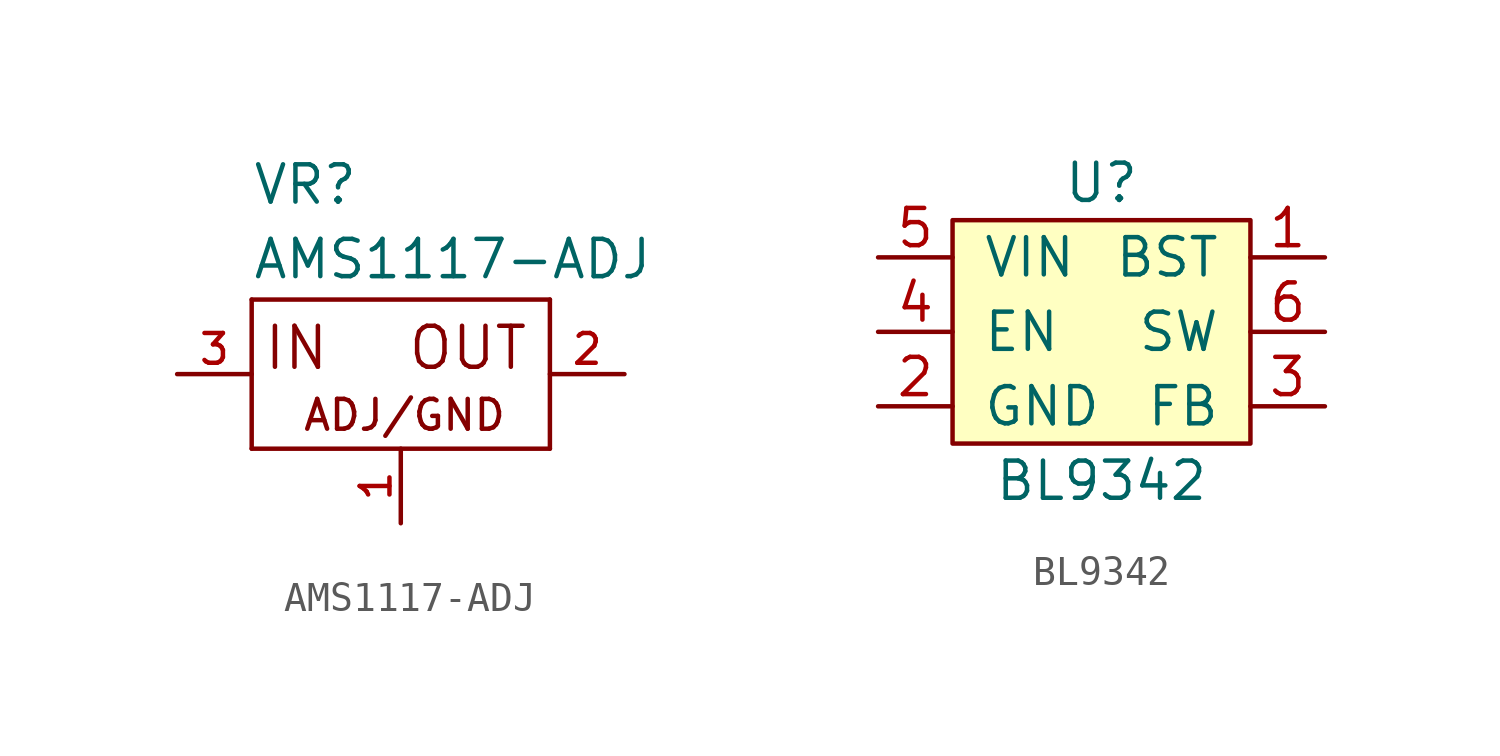
<source format=kicad_sym>
(kicad_symbol_lib
  (version 20211014)
  (generator kicad_symbol_editor)
  (symbol "AMS1117-ADJ"
    (pin_names
      (offset 1.016) hide)
    (property "Reference" "VR"
      (at -5.08 5.715 0)
      (effects (font (size 1.27 1.27)) (justify left bottom)))
    (property "Value" "AMS1117-ADJ"
      (at -5.08 3.175 0)
      (effects (font (size 1.27 1.27)) (justify left bottom)))
    (property "Datasheet" ""
      (at 0 0 0)
      (effects (font (size 2.54 2.54))))
    (symbol "AMS1117-ADJ_1_0"
      (polyline (pts (xy -5.08 -2.54) (xy 5.08 -2.54)) (stroke (width 0) (type default) (color 0 0 0 0)) (fill (type none)))
      (polyline (pts (xy -5.08 2.54) (xy -5.08 -2.54)) (stroke (width 0) (type default) (color 0 0 0 0)) (fill (type none)))
      (polyline (pts (xy 5.08 -2.54) (xy 5.08 2.54)) (stroke (width 0) (type default) (color 0 0 0 0)) (fill (type none)))
      (polyline (pts (xy 5.08 2.54) (xy -5.08 2.54)) (stroke (width 0) (type default) (color 0 0 0 0)) (fill (type none)))
      (text "ADJ/GND" (at 0.127 -1.397 0) (effects (font (size 1.016 1.016))))
      (text "IN" (at -3.556 0.889 0) (effects (font (size 1.397 1.397))))
      (text "OUT" (at 2.286 0.889 0) (effects (font (size 1.397 1.397)))))
    (symbol "AMS1117-ADJ_1_1"
      (pin input line (at 0 -5.08 90) (length 2.54) (name "ADJ/GND" (effects (font (size 1.016 1.016)))) (number "1" (effects (font (size 1.016 1.016)))))
      (pin power_in line (at 7.62 0 180) (length 2.54) (name "OUT" (effects (font (size 1.016 1.016)))) (number "2" (effects (font (size 1.016 1.016)))))
      (pin input line (at -7.62 0 0) (length 2.54) (name "IN" (effects (font (size 1.016 1.016)))) (number "3" (effects (font (size 1.016 1.016)))))))
  (symbol "BL9342"
    (pin_names
      (offset 1.016))
    (property "Reference" "U"
      (at 0 5.08 0)
      (effects (font (size 1.27 1.27))))
    (property "Value" "BL9342"
      (at 0 -5.08 0)
      (effects (font (size 1.27 1.27))))
    (symbol "BL9342_0_1"
      (rectangle (start -5.08 3.81) (end 5.08 -3.81) (stroke (width 0) (type default) (color 0 0 0 0)) (fill (type background))))
    (symbol "BL9342_1_1"
      (pin bidirectional line (at 7.62 2.54 180) (length 2.54) (name "BST" (effects (font (size 1.27 1.27)))) (number "1" (effects (font (size 1.27 1.27)))))
      (pin bidirectional line (at -7.62 -2.54 0) (length 2.54) (name "GND" (effects (font (size 1.27 1.27)))) (number "2" (effects (font (size 1.27 1.27)))))
      (pin bidirectional line (at 7.62 -2.54 180) (length 2.54) (name "FB" (effects (font (size 1.27 1.27)))) (number "3" (effects (font (size 1.27 1.27)))))
      (pin bidirectional line (at -7.62 0 0) (length 2.54) (name "EN" (effects (font (size 1.27 1.27)))) (number "4" (effects (font (size 1.27 1.27)))))
      (pin bidirectional line (at -7.62 2.54 0) (length 2.54) (name "VIN" (effects (font (size 1.27 1.27)))) (number "5" (effects (font (size 1.27 1.27)))))
      (pin bidirectional line (at 7.62 0 180) (length 2.54) (name "SW" (effects (font (size 1.27 1.27)))) (number "6" (effects (font (size 1.27 1.27))))))))
</source>
